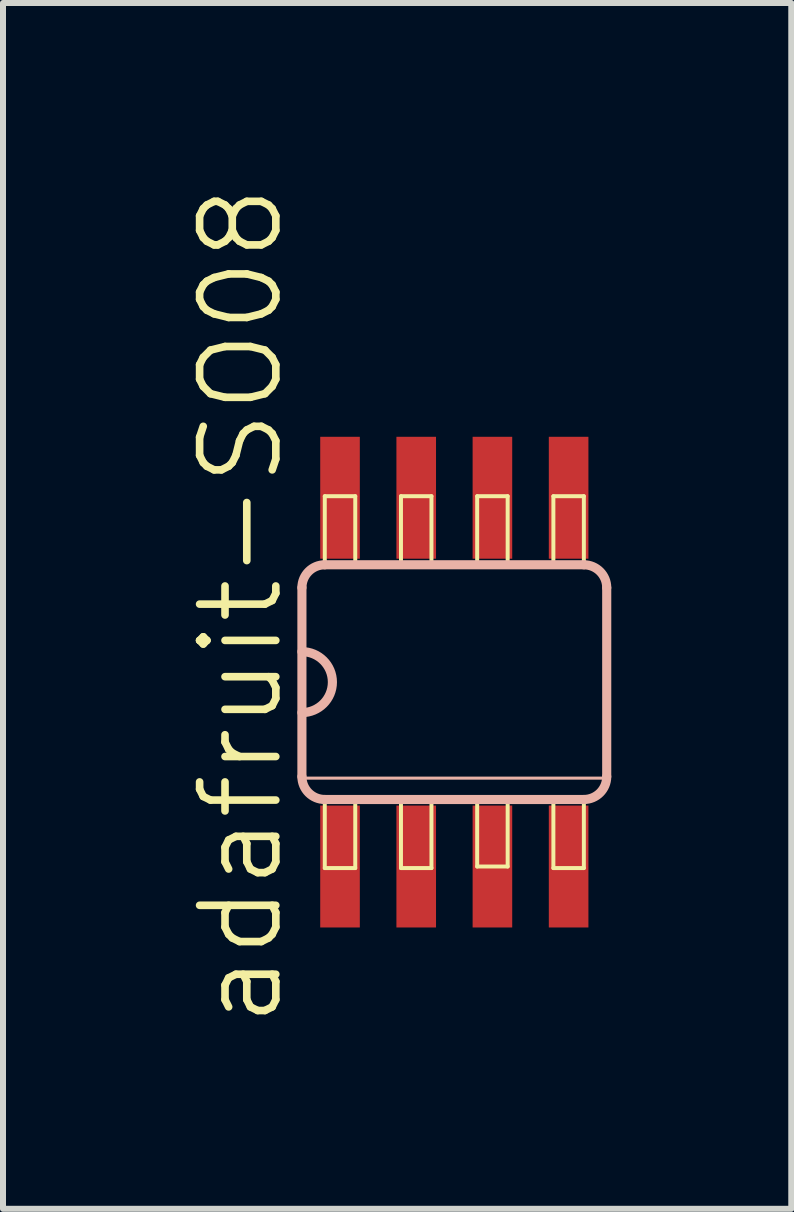
<source format=kicad_pcb>
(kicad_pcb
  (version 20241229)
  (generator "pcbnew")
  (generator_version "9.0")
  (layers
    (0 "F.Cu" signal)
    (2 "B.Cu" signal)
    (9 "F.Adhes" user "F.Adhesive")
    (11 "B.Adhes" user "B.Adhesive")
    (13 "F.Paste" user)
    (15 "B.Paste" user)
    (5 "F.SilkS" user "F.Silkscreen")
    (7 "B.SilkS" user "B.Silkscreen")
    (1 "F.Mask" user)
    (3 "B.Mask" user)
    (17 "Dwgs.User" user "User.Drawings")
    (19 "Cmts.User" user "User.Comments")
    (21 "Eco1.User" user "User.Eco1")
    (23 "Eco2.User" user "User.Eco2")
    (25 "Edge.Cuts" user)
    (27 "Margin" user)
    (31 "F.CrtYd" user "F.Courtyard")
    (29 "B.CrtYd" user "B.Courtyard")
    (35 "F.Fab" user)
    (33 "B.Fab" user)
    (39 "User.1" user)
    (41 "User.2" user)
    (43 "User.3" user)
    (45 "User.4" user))
  (footprint "adafruit-SO08"
    (layer "F.Cu")
    (at 4.522 8.319)
    (property "Reference" "adafruit-SO08" (at -3.556 -1.27 90) (layer "F.SilkS") (effects (font (size 1.27 1.27) (thickness 0.127))))
    (attr smd)
    (fp_line (start -2.159 -3.099) (end -1.651 -3.099) (stroke (width 0.066) (type solid)) (layer "F.SilkS"))
    (fp_line (start -2.159 -1.956) (end -2.159 -3.099) (stroke (width 0.066) (type solid)) (layer "F.SilkS"))
    (fp_line (start -2.159 -1.956) (end -1.651 -1.956) (stroke (width 0.066) (type solid)) (layer "F.SilkS"))
    (fp_line (start -2.159 1.956) (end -1.651 1.956) (stroke (width 0.066) (type solid)) (layer "F.SilkS"))
    (fp_line (start -2.159 3.099) (end -2.159 1.956) (stroke (width 0.066) (type solid)) (layer "F.SilkS"))
    (fp_line (start -2.159 3.099) (end -1.651 3.099) (stroke (width 0.066) (type solid)) (layer "F.SilkS"))
    (fp_line (start -1.651 -1.956) (end -1.651 -3.099) (stroke (width 0.066) (type solid)) (layer "F.SilkS"))
    (fp_line (start -1.651 3.099) (end -1.651 1.956) (stroke (width 0.066) (type solid)) (layer "F.SilkS"))
    (fp_line (start -0.889 -3.099) (end -0.381 -3.099) (stroke (width 0.066) (type solid)) (layer "F.SilkS"))
    (fp_line (start -0.889 -1.956) (end -0.889 -3.099) (stroke (width 0.066) (type solid)) (layer "F.SilkS"))
    (fp_line (start -0.889 -1.956) (end -0.381 -1.956) (stroke (width 0.066) (type solid)) (layer "F.SilkS"))
    (fp_line (start -0.889 1.956) (end -0.381 1.956) (stroke (width 0.066) (type solid)) (layer "F.SilkS"))
    (fp_line (start -0.889 3.099) (end -0.889 1.956) (stroke (width 0.066) (type solid)) (layer "F.SilkS"))
    (fp_line (start -0.889 3.099) (end -0.381 3.099) (stroke (width 0.066) (type solid)) (layer "F.SilkS"))
    (fp_line (start -0.381 -1.956) (end -0.381 -3.099) (stroke (width 0.066) (type solid)) (layer "F.SilkS"))
    (fp_line (start -0.381 3.099) (end -0.381 1.956) (stroke (width 0.066) (type solid)) (layer "F.SilkS"))
    (fp_line (start 0.381 -3.099) (end 0.889 -3.099) (stroke (width 0.066) (type solid)) (layer "F.SilkS"))
    (fp_line (start 0.381 -1.956) (end 0.381 -3.099) (stroke (width 0.066) (type solid)) (layer "F.SilkS"))
    (fp_line (start 0.381 -1.956) (end 0.889 -1.956) (stroke (width 0.066) (type solid)) (layer "F.SilkS"))
    (fp_line (start 0.381 1.93) (end 0.889 1.93) (stroke (width 0.066) (type solid)) (layer "F.SilkS"))
    (fp_line (start 0.381 3.073) (end 0.381 1.93) (stroke (width 0.066) (type solid)) (layer "F.SilkS"))
    (fp_line (start 0.381 3.073) (end 0.889 3.073) (stroke (width 0.066) (type solid)) (layer "F.SilkS"))
    (fp_line (start 0.889 -1.956) (end 0.889 -3.099) (stroke (width 0.066) (type solid)) (layer "F.SilkS"))
    (fp_line (start 0.889 3.073) (end 0.889 1.93) (stroke (width 0.066) (type solid)) (layer "F.SilkS"))
    (fp_line (start 1.651 -3.099) (end 2.159 -3.099) (stroke (width 0.066) (type solid)) (layer "F.SilkS"))
    (fp_line (start 1.651 -1.956) (end 1.651 -3.099) (stroke (width 0.066) (type solid)) (layer "F.SilkS"))
    (fp_line (start 1.651 -1.956) (end 2.159 -1.956) (stroke (width 0.066) (type solid)) (layer "F.SilkS"))
    (fp_line (start 1.651 1.956) (end 2.159 1.956) (stroke (width 0.066) (type solid)) (layer "F.SilkS"))
    (fp_line (start 1.651 3.099) (end 1.651 1.956) (stroke (width 0.066) (type solid)) (layer "F.SilkS"))
    (fp_line (start 1.651 3.099) (end 2.159 3.099) (stroke (width 0.066) (type solid)) (layer "F.SilkS"))
    (fp_line (start 2.159 -1.956) (end 2.159 -3.099) (stroke (width 0.066) (type solid)) (layer "F.SilkS"))
    (fp_line (start 2.159 3.099) (end 2.159 1.956) (stroke (width 0.066) (type solid)) (layer "F.SilkS"))
    (fp_line (start -2.54 -1.575) (end -2.54 1.575) (stroke (width 0.152) (type solid)) (layer "B.SilkS"))
    (fp_line (start -2.54 1.6) (end 2.54 1.6) (stroke (width 0.051) (type solid)) (layer "B.SilkS"))
    (fp_line (start -2.159 1.956) (end 2.159 1.956) (stroke (width 0.152) (type solid)) (layer "B.SilkS"))
    (fp_line (start 2.159 -1.956) (end -2.159 -1.956) (stroke (width 0.152) (type solid)) (layer "B.SilkS"))
    (fp_line (start 2.54 1.575) (end 2.54 -1.575) (stroke (width 0.152) (type solid)) (layer "B.SilkS"))
    (fp_arc (start -2.54 -1.5748) (mid -2.428408 -1.844208) (end -2.159 -1.9558) (stroke (width 0.1524) (type solid)) (layer "B.SilkS"))
    (fp_arc (start -2.54 -0.508) (mid -2.032 0) (end -2.54 0.508) (stroke (width 0.1524) (type solid)) (layer "B.SilkS"))
    (fp_arc (start -2.159 1.9558) (mid -2.428408 1.844208) (end -2.54 1.5748) (stroke (width 0.1524) (type solid)) (layer "B.SilkS"))
    (fp_arc (start 2.159 -1.9558) (mid 2.428408 -1.844208) (end 2.54 -1.5748) (stroke (width 0.1524) (type solid)) (layer "B.SilkS"))
    (fp_arc (start 2.54 1.5748) (mid 2.428408 1.844208) (end 2.159 1.9558) (stroke (width 0.1524) (type solid)) (layer "B.SilkS"))
    (pad "1" smd rect (at -1.905 3.073) (size 0.66 2.032) (layers "F.Cu" "F.Mask" "F.Paste"))
    (pad "2" smd rect (at -0.635 3.073) (size 0.66 2.032) (layers "F.Cu" "F.Mask" "F.Paste"))
    (pad "3" smd rect (at 0.635 3.073) (size 0.66 2.032) (layers "F.Cu" "F.Mask" "F.Paste"))
    (pad "4" smd rect (at 1.905 3.073) (size 0.66 2.032) (layers "F.Cu" "F.Mask" "F.Paste"))
    (pad "5" smd rect (at 1.905 -3.073) (size 0.66 2.032) (layers "F.Cu" "F.Mask" "F.Paste"))
    (pad "6" smd rect (at 0.635 -3.073) (size 0.66 2.032) (layers "F.Cu" "F.Mask" "F.Paste"))
    (pad "7" smd rect (at -0.635 -3.073) (size 0.66 2.032) (layers "F.Cu" "F.Mask" "F.Paste"))
    (pad "8" smd rect (at -1.905 -3.073) (size 0.66 2.032) (layers "F.Cu" "F.Mask" "F.Paste")))
  (gr_rect
    (start -3 -3)
    (end 10.138 17.097)
    (stroke (width 0.1) (type default))
    (fill no)
    (layer "Edge.Cuts")))
</source>
